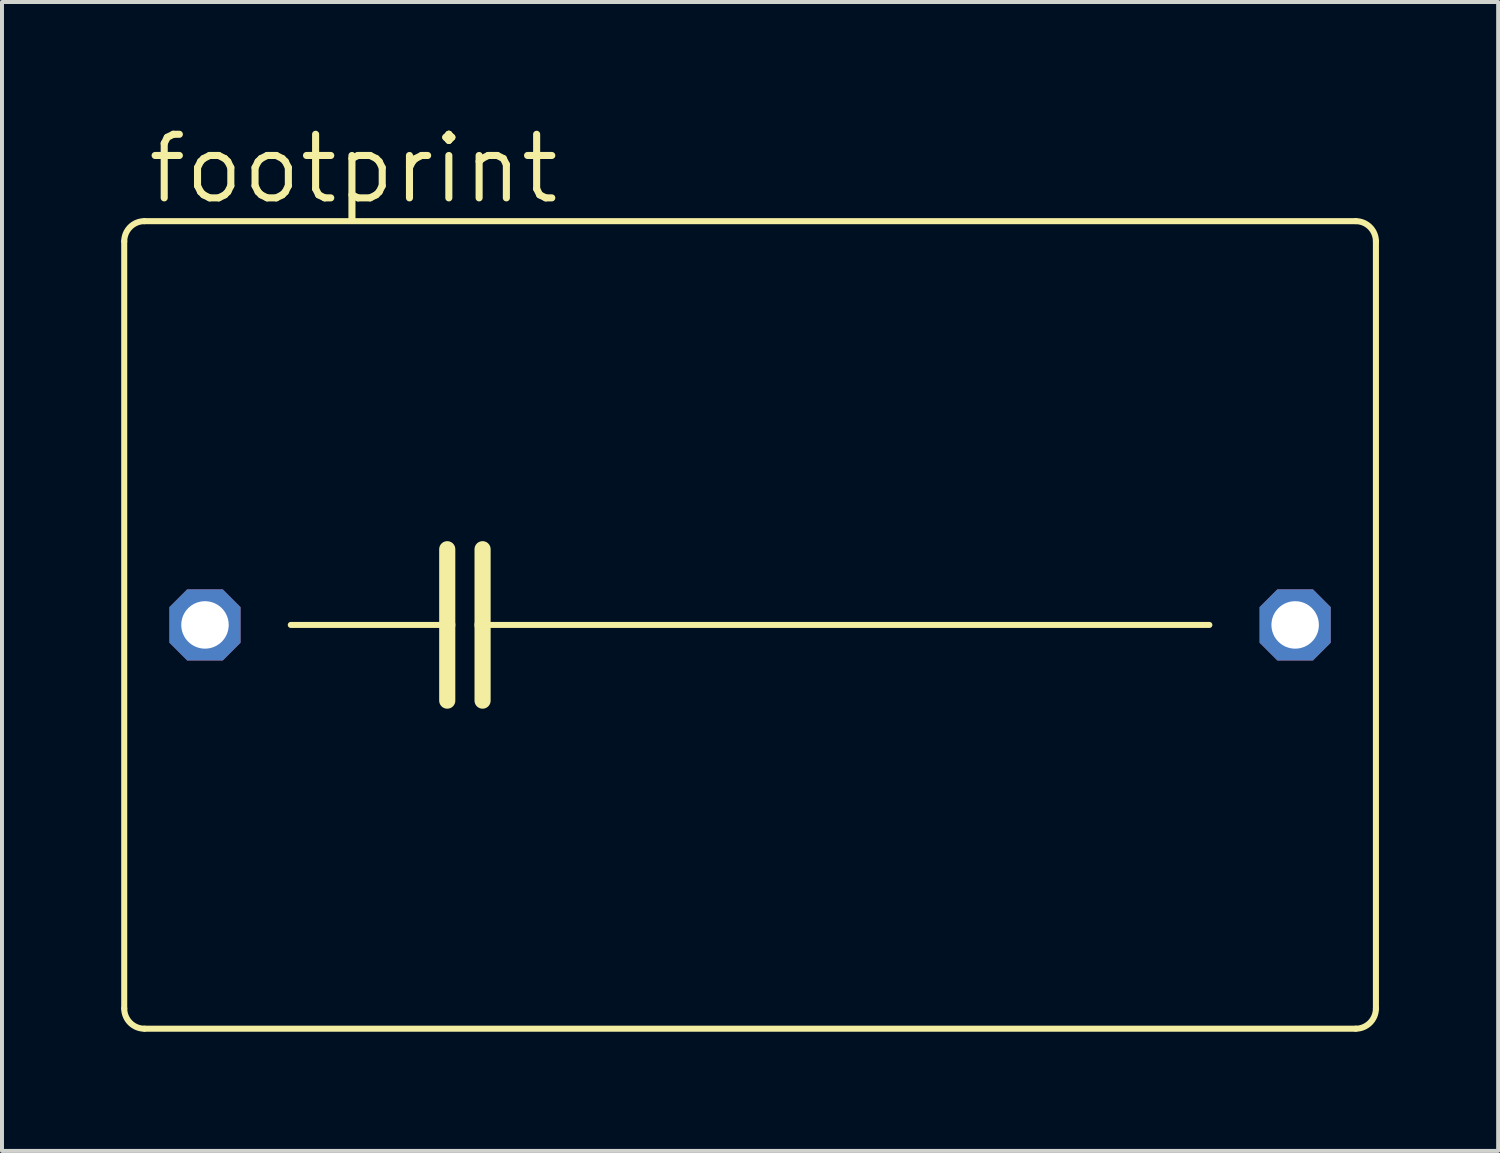
<source format=kicad_pcb>
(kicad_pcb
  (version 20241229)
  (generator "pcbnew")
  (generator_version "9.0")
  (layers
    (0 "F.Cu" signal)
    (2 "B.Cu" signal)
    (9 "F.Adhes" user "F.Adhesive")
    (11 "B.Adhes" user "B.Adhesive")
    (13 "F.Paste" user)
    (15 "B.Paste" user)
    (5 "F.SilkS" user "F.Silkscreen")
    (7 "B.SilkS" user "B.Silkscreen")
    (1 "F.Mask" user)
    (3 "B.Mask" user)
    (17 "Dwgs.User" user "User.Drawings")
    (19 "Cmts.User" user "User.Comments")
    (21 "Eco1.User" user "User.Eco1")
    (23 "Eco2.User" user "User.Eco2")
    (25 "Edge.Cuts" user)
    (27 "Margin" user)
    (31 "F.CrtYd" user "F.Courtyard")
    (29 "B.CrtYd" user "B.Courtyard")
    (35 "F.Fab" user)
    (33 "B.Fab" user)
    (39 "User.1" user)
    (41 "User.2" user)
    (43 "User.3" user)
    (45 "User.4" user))
  (footprint "footprint"
    (layer "F.Cu")
    (at 15.824 12.675)
    (property "Reference" "footprint" (at -15.24 -10.541 0) (layer "F.SilkS") (effects (font (size 1.6 1.6) (thickness 0.178)) (justify left bottom)))
    (fp_line (start -15.748 9.652) (end -15.748 -9.652) (stroke (width 0.152) (type solid)) (layer "F.SilkS"))
    (fp_line (start -15.24 -10.16) (end 15.24 -10.16) (stroke (width 0.152) (type solid)) (layer "F.SilkS"))
    (fp_line (start -11.557 0) (end -7.62 0) (stroke (width 0.152) (type solid)) (layer "F.SilkS"))
    (fp_line (start -7.62 -1.905) (end -7.62 0) (stroke (width 0.406) (type solid)) (layer "F.SilkS"))
    (fp_line (start -7.62 0) (end -7.62 1.905) (stroke (width 0.406) (type solid)) (layer "F.SilkS"))
    (fp_line (start -6.731 -1.905) (end -6.731 0) (stroke (width 0.406) (type solid)) (layer "F.SilkS"))
    (fp_line (start -6.731 0) (end -6.731 1.905) (stroke (width 0.406) (type solid)) (layer "F.SilkS"))
    (fp_line (start -6.731 0) (end 11.557 0) (stroke (width 0.152) (type solid)) (layer "F.SilkS"))
    (fp_line (start 15.24 10.16) (end -15.24 10.16) (stroke (width 0.152) (type solid)) (layer "F.SilkS"))
    (fp_line (start 15.748 -9.652) (end 15.748 9.652) (stroke (width 0.152) (type solid)) (layer "F.SilkS"))
    (fp_arc (start -15.748 -9.652) (mid -15.59921 -10.01121) (end -15.24 -10.16) (stroke (width 0.1524) (type solid)) (layer "F.SilkS"))
    (fp_arc (start -15.24 10.16) (mid -15.59921 10.01121) (end -15.748 9.652) (stroke (width 0.1524) (type solid)) (layer "F.SilkS"))
    (fp_arc (start 15.24 -10.16) (mid 15.59921 -10.01121) (end 15.748 -9.652) (stroke (width 0.1524) (type solid)) (layer "F.SilkS"))
    (fp_arc (start 15.748 9.652) (mid 15.59921 10.01121) (end 15.24 10.16) (stroke (width 0.1524) (type solid)) (layer "F.SilkS"))
    (pad "1" thru_hole roundrect (at -13.716 0) (size 1.791 1.791) (drill 1.194) (layers "*.Cu" "*.Mask") (roundrect_rratio 0.25) (chamfer_ratio 0.25) (chamfer top_left top_right bottom_left bottom_right))
    (pad "2" thru_hole roundrect (at 13.716 0) (size 1.791 1.791) (drill 1.194) (layers "*.Cu" "*.Mask") (roundrect_rratio 0.25) (chamfer_ratio 0.25) (chamfer top_left top_right bottom_left bottom_right)))
  (gr_rect
    (start -3 -3)
    (end 34.648 25.911)
    (stroke (width 0.1) (type default))
    (fill no)
    (layer "Edge.Cuts")))
</source>
